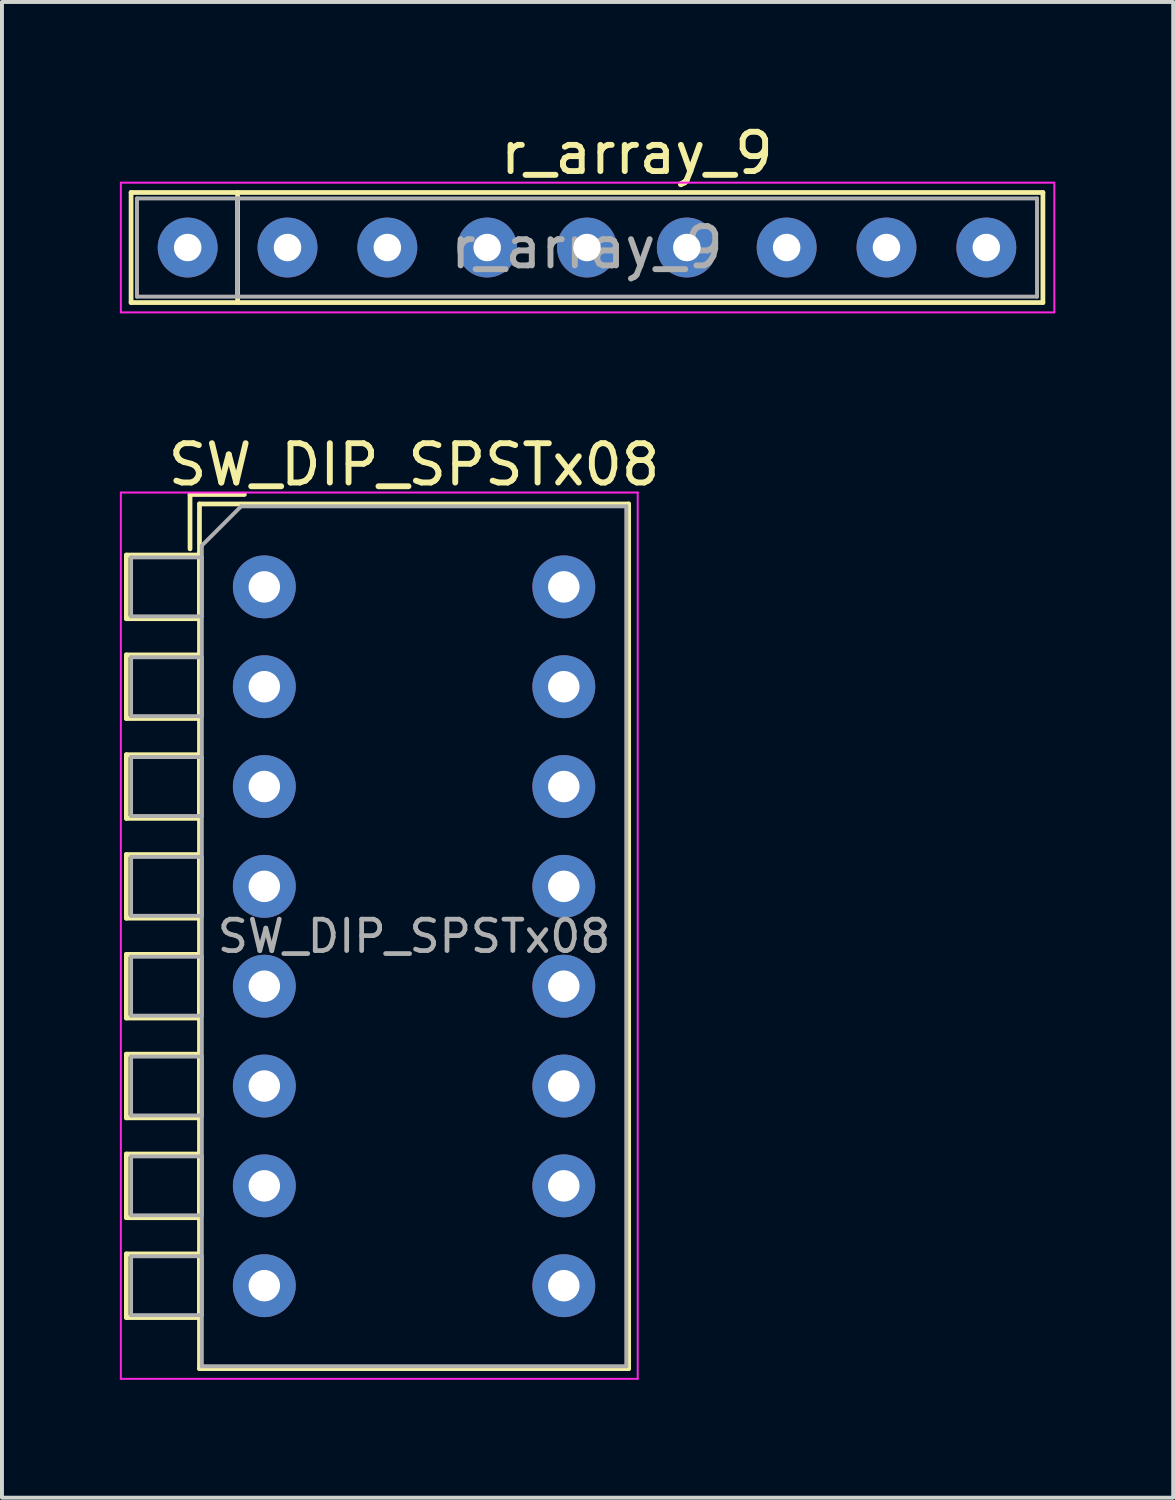
<source format=kicad_pcb>
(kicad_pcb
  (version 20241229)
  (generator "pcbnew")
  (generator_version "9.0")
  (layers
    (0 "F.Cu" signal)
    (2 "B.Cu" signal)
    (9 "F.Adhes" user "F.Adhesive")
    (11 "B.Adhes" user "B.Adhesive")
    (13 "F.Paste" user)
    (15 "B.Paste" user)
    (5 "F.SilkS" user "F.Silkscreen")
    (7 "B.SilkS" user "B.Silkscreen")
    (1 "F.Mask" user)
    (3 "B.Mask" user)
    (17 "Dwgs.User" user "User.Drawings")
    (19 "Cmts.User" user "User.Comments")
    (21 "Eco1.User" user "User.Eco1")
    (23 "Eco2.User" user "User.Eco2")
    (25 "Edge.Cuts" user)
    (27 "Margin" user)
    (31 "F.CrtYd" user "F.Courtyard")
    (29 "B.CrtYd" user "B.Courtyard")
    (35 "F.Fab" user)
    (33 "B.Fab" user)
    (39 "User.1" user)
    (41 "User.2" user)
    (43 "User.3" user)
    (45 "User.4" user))
  (footprint "SW_DIP_SPSTx08"
    (layer "F.Cu")
    (at 3.675 11.882)
    (property "Reference" "SW_DIP_SPSTx08" (at 3.81 -3.11 0) (layer "F.SilkS") (effects (font (size 1 1) (thickness 0.15))))
    (attr through_hole)
    (fp_line (start -3.51 -0.81) (end -3.51 0.81) (stroke (width 0.12) (type solid)) (layer "F.SilkS"))
    (fp_line (start -3.51 -0.81) (end -1.65 -0.81) (stroke (width 0.12) (type solid)) (layer "F.SilkS"))
    (fp_line (start -3.51 0.81) (end -1.65 0.81) (stroke (width 0.12) (type solid)) (layer "F.SilkS"))
    (fp_line (start -3.51 1.73) (end -3.51 3.35) (stroke (width 0.12) (type solid)) (layer "F.SilkS"))
    (fp_line (start -3.51 1.73) (end -1.65 1.73) (stroke (width 0.12) (type solid)) (layer "F.SilkS"))
    (fp_line (start -3.51 3.35) (end -1.65 3.35) (stroke (width 0.12) (type solid)) (layer "F.SilkS"))
    (fp_line (start -3.51 4.27) (end -3.51 5.89) (stroke (width 0.12) (type solid)) (layer "F.SilkS"))
    (fp_line (start -3.51 4.27) (end -1.65 4.27) (stroke (width 0.12) (type solid)) (layer "F.SilkS"))
    (fp_line (start -3.51 5.89) (end -1.65 5.89) (stroke (width 0.12) (type solid)) (layer "F.SilkS"))
    (fp_line (start -3.51 6.81) (end -3.51 8.43) (stroke (width 0.12) (type solid)) (layer "F.SilkS"))
    (fp_line (start -3.51 6.81) (end -1.65 6.81) (stroke (width 0.12) (type solid)) (layer "F.SilkS"))
    (fp_line (start -3.51 8.43) (end -1.65 8.43) (stroke (width 0.12) (type solid)) (layer "F.SilkS"))
    (fp_line (start -3.51 9.35) (end -3.51 10.97) (stroke (width 0.12) (type solid)) (layer "F.SilkS"))
    (fp_line (start -3.51 9.35) (end -1.65 9.35) (stroke (width 0.12) (type solid)) (layer "F.SilkS"))
    (fp_line (start -3.51 10.97) (end -1.65 10.97) (stroke (width 0.12) (type solid)) (layer "F.SilkS"))
    (fp_line (start -3.51 11.89) (end -3.51 13.51) (stroke (width 0.12) (type solid)) (layer "F.SilkS"))
    (fp_line (start -3.51 11.89) (end -1.65 11.89) (stroke (width 0.12) (type solid)) (layer "F.SilkS"))
    (fp_line (start -3.51 13.51) (end -1.65 13.51) (stroke (width 0.12) (type solid)) (layer "F.SilkS"))
    (fp_line (start -3.51 14.43) (end -3.51 16.05) (stroke (width 0.12) (type solid)) (layer "F.SilkS"))
    (fp_line (start -3.51 14.43) (end -1.65 14.43) (stroke (width 0.12) (type solid)) (layer "F.SilkS"))
    (fp_line (start -3.51 16.05) (end -1.65 16.05) (stroke (width 0.12) (type solid)) (layer "F.SilkS"))
    (fp_line (start -3.51 16.971) (end -3.51 18.591) (stroke (width 0.12) (type solid)) (layer "F.SilkS"))
    (fp_line (start -3.51 16.971) (end -1.65 16.971) (stroke (width 0.12) (type solid)) (layer "F.SilkS"))
    (fp_line (start -3.51 18.591) (end -1.65 18.591) (stroke (width 0.12) (type solid)) (layer "F.SilkS"))
    (fp_line (start -1.89 -2.35) (end -1.89 -0.967) (stroke (width 0.12) (type solid)) (layer "F.SilkS"))
    (fp_line (start -1.89 -2.35) (end -0.507 -2.35) (stroke (width 0.12) (type solid)) (layer "F.SilkS"))
    (fp_line (start -1.65 -2.11) (end -1.65 19.891) (stroke (width 0.12) (type solid)) (layer "F.SilkS"))
    (fp_line (start -1.65 -2.11) (end 9.27 -2.11) (stroke (width 0.12) (type solid)) (layer "F.SilkS"))
    (fp_line (start -1.65 -0.81) (end -1.65 0.81) (stroke (width 0.12) (type solid)) (layer "F.SilkS"))
    (fp_line (start -1.65 1.73) (end -1.65 3.35) (stroke (width 0.12) (type solid)) (layer "F.SilkS"))
    (fp_line (start -1.65 4.27) (end -1.65 5.89) (stroke (width 0.12) (type solid)) (layer "F.SilkS"))
    (fp_line (start -1.65 6.81) (end -1.65 8.43) (stroke (width 0.12) (type solid)) (layer "F.SilkS"))
    (fp_line (start -1.65 9.35) (end -1.65 10.97) (stroke (width 0.12) (type solid)) (layer "F.SilkS"))
    (fp_line (start -1.65 11.89) (end -1.65 13.51) (stroke (width 0.12) (type solid)) (layer "F.SilkS"))
    (fp_line (start -1.65 14.43) (end -1.65 16.05) (stroke (width 0.12) (type solid)) (layer "F.SilkS"))
    (fp_line (start -1.65 16.971) (end -1.65 18.591) (stroke (width 0.12) (type solid)) (layer "F.SilkS"))
    (fp_line (start -1.65 19.891) (end 9.27 19.891) (stroke (width 0.12) (type solid)) (layer "F.SilkS"))
    (fp_line (start 9.27 -2.11) (end 9.27 19.891) (stroke (width 0.12) (type solid)) (layer "F.SilkS"))
    (fp_line (start -3.65 -2.4) (end -3.65 20.15) (stroke (width 0.05) (type solid)) (layer "F.CrtYd"))
    (fp_line (start -3.65 20.15) (end 9.5 20.15) (stroke (width 0.05) (type solid)) (layer "F.CrtYd"))
    (fp_line (start 9.5 -2.4) (end -3.65 -2.4) (stroke (width 0.05) (type solid)) (layer "F.CrtYd"))
    (fp_line (start 9.5 20.15) (end 9.5 -2.4) (stroke (width 0.05) (type solid)) (layer "F.CrtYd"))
    (fp_line (start -3.39 -0.75) (end -1.59 -0.75) (stroke (width 0.1) (type solid)) (layer "F.Fab"))
    (fp_line (start -3.39 0.75) (end -3.39 -0.75) (stroke (width 0.1) (type solid)) (layer "F.Fab"))
    (fp_line (start -3.39 1.79) (end -1.59 1.79) (stroke (width 0.1) (type solid)) (layer "F.Fab"))
    (fp_line (start -3.39 3.29) (end -3.39 1.79) (stroke (width 0.1) (type solid)) (layer "F.Fab"))
    (fp_line (start -3.39 4.33) (end -1.59 4.33) (stroke (width 0.1) (type solid)) (layer "F.Fab"))
    (fp_line (start -3.39 5.83) (end -3.39 4.33) (stroke (width 0.1) (type solid)) (layer "F.Fab"))
    (fp_line (start -3.39 6.87) (end -1.59 6.87) (stroke (width 0.1) (type solid)) (layer "F.Fab"))
    (fp_line (start -3.39 8.37) (end -3.39 6.87) (stroke (width 0.1) (type solid)) (layer "F.Fab"))
    (fp_line (start -3.39 9.41) (end -1.59 9.41) (stroke (width 0.1) (type solid)) (layer "F.Fab"))
    (fp_line (start -3.39 10.91) (end -3.39 9.41) (stroke (width 0.1) (type solid)) (layer "F.Fab"))
    (fp_line (start -3.39 11.95) (end -1.59 11.95) (stroke (width 0.1) (type solid)) (layer "F.Fab"))
    (fp_line (start -3.39 13.45) (end -3.39 11.95) (stroke (width 0.1) (type solid)) (layer "F.Fab"))
    (fp_line (start -3.39 14.49) (end -1.59 14.49) (stroke (width 0.1) (type solid)) (layer "F.Fab"))
    (fp_line (start -3.39 15.99) (end -3.39 14.49) (stroke (width 0.1) (type solid)) (layer "F.Fab"))
    (fp_line (start -3.39 17.03) (end -1.59 17.03) (stroke (width 0.1) (type solid)) (layer "F.Fab"))
    (fp_line (start -3.39 18.53) (end -3.39 17.03) (stroke (width 0.1) (type solid)) (layer "F.Fab"))
    (fp_line (start -1.59 -1.05) (end -0.59 -2.05) (stroke (width 0.1) (type solid)) (layer "F.Fab"))
    (fp_line (start -1.59 -0.75) (end -1.59 0.75) (stroke (width 0.1) (type solid)) (layer "F.Fab"))
    (fp_line (start -1.59 0.75) (end -3.39 0.75) (stroke (width 0.1) (type solid)) (layer "F.Fab"))
    (fp_line (start -1.59 1.79) (end -1.59 3.29) (stroke (width 0.1) (type solid)) (layer "F.Fab"))
    (fp_line (start -1.59 3.29) (end -3.39 3.29) (stroke (width 0.1) (type solid)) (layer "F.Fab"))
    (fp_line (start -1.59 4.33) (end -1.59 5.83) (stroke (width 0.1) (type solid)) (layer "F.Fab"))
    (fp_line (start -1.59 5.83) (end -3.39 5.83) (stroke (width 0.1) (type solid)) (layer "F.Fab"))
    (fp_line (start -1.59 6.87) (end -1.59 8.37) (stroke (width 0.1) (type solid)) (layer "F.Fab"))
    (fp_line (start -1.59 8.37) (end -3.39 8.37) (stroke (width 0.1) (type solid)) (layer "F.Fab"))
    (fp_line (start -1.59 9.41) (end -1.59 10.91) (stroke (width 0.1) (type solid)) (layer "F.Fab"))
    (fp_line (start -1.59 10.91) (end -3.39 10.91) (stroke (width 0.1) (type solid)) (layer "F.Fab"))
    (fp_line (start -1.59 11.95) (end -1.59 13.45) (stroke (width 0.1) (type solid)) (layer "F.Fab"))
    (fp_line (start -1.59 13.45) (end -3.39 13.45) (stroke (width 0.1) (type solid)) (layer "F.Fab"))
    (fp_line (start -1.59 14.49) (end -1.59 15.99) (stroke (width 0.1) (type solid)) (layer "F.Fab"))
    (fp_line (start -1.59 15.99) (end -3.39 15.99) (stroke (width 0.1) (type solid)) (layer "F.Fab"))
    (fp_line (start -1.59 17.03) (end -1.59 18.53) (stroke (width 0.1) (type solid)) (layer "F.Fab"))
    (fp_line (start -1.59 18.53) (end -3.39 18.53) (stroke (width 0.1) (type solid)) (layer "F.Fab"))
    (fp_line (start -1.59 19.83) (end -1.59 -1.05) (stroke (width 0.1) (type solid)) (layer "F.Fab"))
    (fp_line (start -0.59 -2.05) (end 9.21 -2.05) (stroke (width 0.1) (type solid)) (layer "F.Fab"))
    (fp_line (start 9.21 -2.05) (end 9.21 19.83) (stroke (width 0.1) (type solid)) (layer "F.Fab"))
    (fp_line (start 9.21 19.83) (end -1.59 19.83) (stroke (width 0.1) (type solid)) (layer "F.Fab"))
    (fp_text user "${REFERENCE}" (at 3.81 8.89 0) (layer "F.Fab") (effects (font (size 0.8 0.8) (thickness 0.12))))
    (pad "1" thru_hole circle (at 0 0) (size 1.6 1.6) (drill 0.8) (layers "*.Cu" "*.Mask"))
    (pad "2" thru_hole circle (at 0 2.54) (size 1.6 1.6) (drill 0.8) (layers "*.Cu" "*.Mask"))
    (pad "3" thru_hole circle (at 0 5.08) (size 1.6 1.6) (drill 0.8) (layers "*.Cu" "*.Mask"))
    (pad "4" thru_hole circle (at 0 7.62) (size 1.6 1.6) (drill 0.8) (layers "*.Cu" "*.Mask"))
    (pad "5" thru_hole circle (at 0 10.16) (size 1.6 1.6) (drill 0.8) (layers "*.Cu" "*.Mask"))
    (pad "6" thru_hole circle (at 0 12.7) (size 1.6 1.6) (drill 0.8) (layers "*.Cu" "*.Mask"))
    (pad "7" thru_hole circle (at 0 15.24) (size 1.6 1.6) (drill 0.8) (layers "*.Cu" "*.Mask"))
    (pad "8" thru_hole circle (at 0 17.78) (size 1.6 1.6) (drill 0.8) (layers "*.Cu" "*.Mask"))
    (pad "9" thru_hole circle (at 7.62 17.78) (size 1.6 1.6) (drill 0.8) (layers "*.Cu" "*.Mask"))
    (pad "10" thru_hole circle (at 7.62 15.24) (size 1.6 1.6) (drill 0.8) (layers "*.Cu" "*.Mask"))
    (pad "11" thru_hole circle (at 7.62 12.7) (size 1.6 1.6) (drill 0.8) (layers "*.Cu" "*.Mask"))
    (pad "12" thru_hole circle (at 7.62 10.16) (size 1.6 1.6) (drill 0.8) (layers "*.Cu" "*.Mask"))
    (pad "13" thru_hole circle (at 7.62 7.62) (size 1.6 1.6) (drill 0.8) (layers "*.Cu" "*.Mask"))
    (pad "14" thru_hole circle (at 7.62 5.08) (size 1.6 1.6) (drill 0.8) (layers "*.Cu" "*.Mask"))
    (pad "15" thru_hole circle (at 7.62 2.54) (size 1.6 1.6) (drill 0.8) (layers "*.Cu" "*.Mask"))
    (pad "16" thru_hole circle (at 7.62 0) (size 1.6 1.6) (drill 0.8) (layers "*.Cu" "*.Mask")))
  (footprint "r_array_9"
    (layer "F.Cu")
    (at 1.725 3.248)
    (property "Reference" "r_array_9" (at 11.43 -2.4 0) (layer "F.SilkS") (effects (font (size 1 1) (thickness 0.15))))
    (attr through_hole)
    (fp_line (start -1.44 -1.4) (end -1.44 1.4) (stroke (width 0.12) (type solid)) (layer "F.SilkS"))
    (fp_line (start -1.44 1.4) (end 21.76 1.4) (stroke (width 0.12) (type solid)) (layer "F.SilkS"))
    (fp_line (start 1.27 -1.4) (end 1.27 1.4) (stroke (width 0.12) (type solid)) (layer "F.SilkS"))
    (fp_line (start 21.76 -1.4) (end -1.44 -1.4) (stroke (width 0.12) (type solid)) (layer "F.SilkS"))
    (fp_line (start 21.76 1.4) (end 21.76 -1.4) (stroke (width 0.12) (type solid)) (layer "F.SilkS"))
    (fp_line (start -1.7 -1.65) (end -1.7 1.65) (stroke (width 0.05) (type solid)) (layer "F.CrtYd"))
    (fp_line (start -1.7 1.65) (end 22.05 1.65) (stroke (width 0.05) (type solid)) (layer "F.CrtYd"))
    (fp_line (start 22.05 -1.65) (end -1.7 -1.65) (stroke (width 0.05) (type solid)) (layer "F.CrtYd"))
    (fp_line (start 22.05 1.65) (end 22.05 -1.65) (stroke (width 0.05) (type solid)) (layer "F.CrtYd"))
    (fp_line (start -1.29 -1.25) (end -1.29 1.25) (stroke (width 0.1) (type solid)) (layer "F.Fab"))
    (fp_line (start -1.29 1.25) (end 21.61 1.25) (stroke (width 0.1) (type solid)) (layer "F.Fab"))
    (fp_line (start 1.27 -1.25) (end 1.27 1.25) (stroke (width 0.1) (type solid)) (layer "F.Fab"))
    (fp_line (start 21.61 -1.25) (end -1.29 -1.25) (stroke (width 0.1) (type solid)) (layer "F.Fab"))
    (fp_line (start 21.61 1.25) (end 21.61 -1.25) (stroke (width 0.1) (type solid)) (layer "F.Fab"))
    (fp_text user "${REFERENCE}" (at 10.16 0 0) (layer "F.Fab") (effects (font (size 1 1) (thickness 0.15))))
    (pad "1" thru_hole circle (at 0 0) (size 1.524 1.524) (drill 0.7) (layers "*.Cu" "*.Mask"))
    (pad "2" thru_hole circle (at 2.54 0) (size 1.524 1.524) (drill 0.7) (layers "*.Cu" "*.Mask"))
    (pad "3" thru_hole circle (at 5.08 0) (size 1.524 1.524) (drill 0.7) (layers "*.Cu" "*.Mask"))
    (pad "4" thru_hole circle (at 7.62 0) (size 1.524 1.524) (drill 0.7) (layers "*.Cu" "*.Mask"))
    (pad "5" thru_hole circle (at 10.16 0) (size 1.524 1.524) (drill 0.7) (layers "*.Cu" "*.Mask"))
    (pad "6" thru_hole circle (at 12.7 0) (size 1.524 1.524) (drill 0.7) (layers "*.Cu" "*.Mask"))
    (pad "7" thru_hole circle (at 15.24 0) (size 1.524 1.524) (drill 0.7) (layers "*.Cu" "*.Mask"))
    (pad "8" thru_hole circle (at 17.78 0) (size 1.524 1.524) (drill 0.7) (layers "*.Cu" "*.Mask"))
    (pad "9" thru_hole circle (at 20.32 0) (size 1.524 1.524) (drill 0.7) (layers "*.Cu" "*.Mask")))
  (gr_rect
    (start -3 -3)
    (end 26.8 35.056)
    (stroke (width 0.1) (type default))
    (fill no)
    (layer "Edge.Cuts")))
</source>
